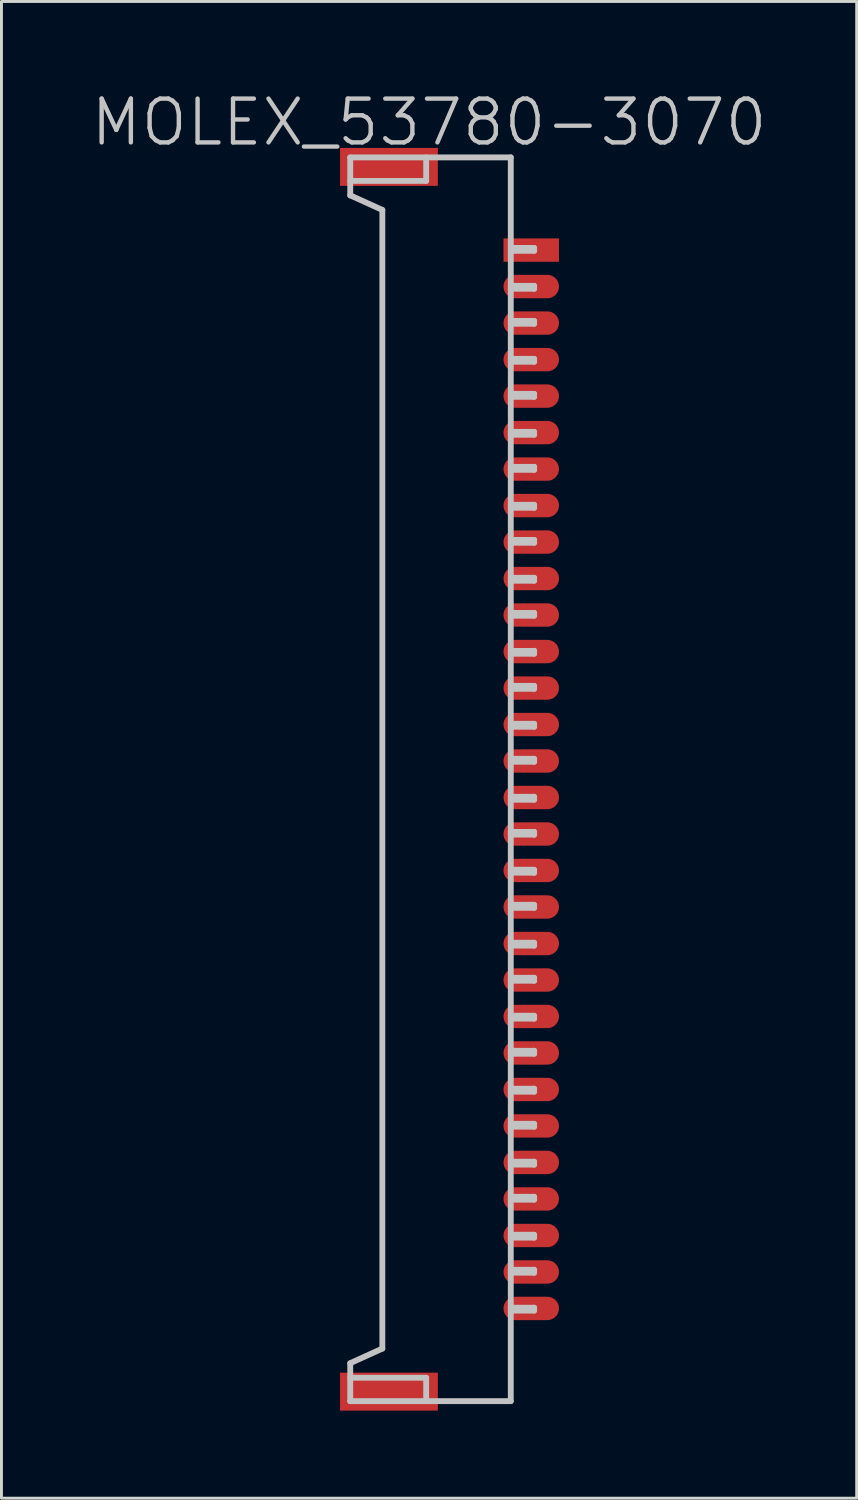
<source format=kicad_pcb>
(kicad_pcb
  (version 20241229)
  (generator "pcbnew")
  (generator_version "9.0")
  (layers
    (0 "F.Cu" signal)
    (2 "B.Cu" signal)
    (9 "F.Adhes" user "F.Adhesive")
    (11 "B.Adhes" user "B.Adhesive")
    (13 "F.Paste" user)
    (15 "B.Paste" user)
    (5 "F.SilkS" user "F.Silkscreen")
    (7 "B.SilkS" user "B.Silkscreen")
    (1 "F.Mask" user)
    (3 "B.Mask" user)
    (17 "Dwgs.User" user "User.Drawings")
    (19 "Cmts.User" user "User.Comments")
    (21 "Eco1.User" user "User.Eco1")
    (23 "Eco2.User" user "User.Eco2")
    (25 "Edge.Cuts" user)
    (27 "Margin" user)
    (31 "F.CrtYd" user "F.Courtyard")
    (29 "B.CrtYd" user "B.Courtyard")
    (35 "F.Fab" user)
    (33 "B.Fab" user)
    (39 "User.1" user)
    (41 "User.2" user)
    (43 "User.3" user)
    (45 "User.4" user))
  (footprint "MOLEX_53780-3070"
    (layer "F.Cu")
    (at 11.646 23.641)
    (property "Reference" "MOLEX_53780-3070" (at 0 -22.5 180) (layer "Dwgs.User") (effects (font (size 1.5 1.5) (thickness 0.15))))
    (attr smd)
    (fp_line (start -2.7 -20) (end -1.6 -19.5) (stroke (width 0.2) (type solid)) (layer "Dwgs.User"))
    (fp_line (start -2.7 -19.997) (end -2.7 -21.295) (stroke (width 0.2) (type solid)) (layer "Dwgs.User"))
    (fp_line (start -2.7 20.005) (end -2.7 21.303) (stroke (width 0.2) (type solid)) (layer "Dwgs.User"))
    (fp_line (start -1.6 -19.5) (end -1.6 19.5) (stroke (width 0.2) (type solid)) (layer "Dwgs.User"))
    (fp_line (start -1.6 19.5) (end -2.7 20) (stroke (width 0.2) (type solid)) (layer "Dwgs.User"))
    (fp_line (start -0.099 -21.298) (end -0.099 -20.498) (stroke (width 0.2) (type solid)) (layer "Dwgs.User"))
    (fp_line (start -0.099 -20.495) (end -2.7 -20.495) (stroke (width 0.2) (type solid)) (layer "Dwgs.User"))
    (fp_line (start -0.099 21.303) (end -0.099 20.503) (stroke (width 0.2) (type solid)) (layer "Dwgs.User"))
    (fp_line (start -0.097 20.498) (end -2.697 20.498) (stroke (width 0.2) (type solid)) (layer "Dwgs.User"))
    (fp_line (start 2.799 -21.3) (end -2.7 -21.3) (stroke (width 0.2) (type solid)) (layer "Dwgs.User"))
    (fp_line (start 2.799 -18.199) (end 3.599 -18.199) (stroke (width 0.2) (type solid)) (layer "Dwgs.User"))
    (fp_line (start 2.799 -16.901) (end 3.599 -16.901) (stroke (width 0.2) (type solid)) (layer "Dwgs.User"))
    (fp_line (start 2.799 -15.7) (end 3.599 -15.7) (stroke (width 0.2) (type solid)) (layer "Dwgs.User"))
    (fp_line (start 2.799 -14.399) (end 3.599 -14.399) (stroke (width 0.2) (type solid)) (layer "Dwgs.User"))
    (fp_line (start 2.799 -13.2) (end 3.599 -13.2) (stroke (width 0.2) (type solid)) (layer "Dwgs.User"))
    (fp_line (start 2.799 -11.801) (end 3.599 -11.801) (stroke (width 0.2) (type solid)) (layer "Dwgs.User"))
    (fp_line (start 2.799 -10.701) (end 3.599 -10.701) (stroke (width 0.2) (type solid)) (layer "Dwgs.User"))
    (fp_line (start 2.799 -9.299) (end 3.599 -9.299) (stroke (width 0.2) (type solid)) (layer "Dwgs.User"))
    (fp_line (start 2.799 -8.199) (end 3.599 -8.199) (stroke (width 0.2) (type solid)) (layer "Dwgs.User"))
    (fp_line (start 2.799 -6.8) (end 3.599 -6.8) (stroke (width 0.2) (type solid)) (layer "Dwgs.User"))
    (fp_line (start 2.799 -5.697) (end 3.599 -5.697) (stroke (width 0.2) (type solid)) (layer "Dwgs.User"))
    (fp_line (start 2.799 -4.397) (end 3.599 -4.397) (stroke (width 0.2) (type solid)) (layer "Dwgs.User"))
    (fp_line (start 2.799 -1.9) (end 3.599 -1.9) (stroke (width 0.2) (type solid)) (layer "Dwgs.User"))
    (fp_line (start 2.799 -0.701) (end 3.599 -0.701) (stroke (width 0.2) (type solid)) (layer "Dwgs.User"))
    (fp_line (start 2.799 0.701) (end 3.599 0.701) (stroke (width 0.2) (type solid)) (layer "Dwgs.User"))
    (fp_line (start 2.799 3.2) (end 3.599 3.2) (stroke (width 0.2) (type solid)) (layer "Dwgs.User"))
    (fp_line (start 2.799 4.402) (end 3.599 4.402) (stroke (width 0.2) (type solid)) (layer "Dwgs.User"))
    (fp_line (start 2.799 5.697) (end 3.599 5.697) (stroke (width 0.2) (type solid)) (layer "Dwgs.User"))
    (fp_line (start 2.799 6.8) (end 3.599 6.8) (stroke (width 0.2) (type solid)) (layer "Dwgs.User"))
    (fp_line (start 2.799 8.199) (end 3.599 8.199) (stroke (width 0.2) (type solid)) (layer "Dwgs.User"))
    (fp_line (start 2.799 9.299) (end 3.599 9.299) (stroke (width 0.2) (type solid)) (layer "Dwgs.User"))
    (fp_line (start 2.799 10.599) (end 3.599 10.599) (stroke (width 0.2) (type solid)) (layer "Dwgs.User"))
    (fp_line (start 2.799 11.801) (end 3.599 11.801) (stroke (width 0.2) (type solid)) (layer "Dwgs.User"))
    (fp_line (start 2.799 13.099) (end 3.599 13.099) (stroke (width 0.2) (type solid)) (layer "Dwgs.User"))
    (fp_line (start 2.799 14.399) (end 3.599 14.399) (stroke (width 0.2) (type solid)) (layer "Dwgs.User"))
    (fp_line (start 2.799 15.601) (end 3.599 15.601) (stroke (width 0.2) (type solid)) (layer "Dwgs.User"))
    (fp_line (start 2.799 16.8) (end 3.599 16.8) (stroke (width 0.2) (type solid)) (layer "Dwgs.User"))
    (fp_line (start 2.799 18.1) (end 3.599 18.1) (stroke (width 0.2) (type solid)) (layer "Dwgs.User"))
    (fp_line (start 2.799 21.3) (end -2.7 21.3) (stroke (width 0.2) (type solid)) (layer "Dwgs.User"))
    (fp_line (start 2.799 21.3) (end 2.799 -21.3) (stroke (width 0.2) (type solid)) (layer "Dwgs.User"))
    (fp_line (start 3.599 -18.199) (end 3.599 -18.1) (stroke (width 0.2) (type solid)) (layer "Dwgs.User"))
    (fp_line (start 3.599 -18.1) (end 2.799 -18.1) (stroke (width 0.2) (type solid)) (layer "Dwgs.User"))
    (fp_line (start 3.599 -16.901) (end 3.599 -16.8) (stroke (width 0.2) (type solid)) (layer "Dwgs.User"))
    (fp_line (start 3.599 -16.8) (end 2.799 -16.8) (stroke (width 0.2) (type solid)) (layer "Dwgs.User"))
    (fp_line (start 3.599 -15.7) (end 3.599 -15.601) (stroke (width 0.2) (type solid)) (layer "Dwgs.User"))
    (fp_line (start 3.599 -15.601) (end 2.799 -15.601) (stroke (width 0.2) (type solid)) (layer "Dwgs.User"))
    (fp_line (start 3.599 -14.399) (end 3.599 -14.3) (stroke (width 0.2) (type solid)) (layer "Dwgs.User"))
    (fp_line (start 3.599 -14.3) (end 2.799 -14.3) (stroke (width 0.2) (type solid)) (layer "Dwgs.User"))
    (fp_line (start 3.599 -13.2) (end 3.599 -13.099) (stroke (width 0.2) (type solid)) (layer "Dwgs.User"))
    (fp_line (start 3.599 -13.099) (end 2.799 -13.099) (stroke (width 0.2) (type solid)) (layer "Dwgs.User"))
    (fp_line (start 3.599 -11.9) (end 2.799 -11.9) (stroke (width 0.2) (type solid)) (layer "Dwgs.User"))
    (fp_line (start 3.599 -11.801) (end 3.599 -11.9) (stroke (width 0.2) (type solid)) (layer "Dwgs.User"))
    (fp_line (start 3.599 -10.701) (end 3.599 -10.599) (stroke (width 0.2) (type solid)) (layer "Dwgs.User"))
    (fp_line (start 3.599 -10.599) (end 2.799 -10.599) (stroke (width 0.2) (type solid)) (layer "Dwgs.User"))
    (fp_line (start 3.599 -9.401) (end 2.799 -9.401) (stroke (width 0.2) (type solid)) (layer "Dwgs.User"))
    (fp_line (start 3.599 -9.299) (end 3.599 -9.401) (stroke (width 0.2) (type solid)) (layer "Dwgs.User"))
    (fp_line (start 3.599 -8.199) (end 3.599 -8.1) (stroke (width 0.2) (type solid)) (layer "Dwgs.User"))
    (fp_line (start 3.599 -8.1) (end 2.799 -8.1) (stroke (width 0.2) (type solid)) (layer "Dwgs.User"))
    (fp_line (start 3.599 -6.901) (end 2.799 -6.901) (stroke (width 0.2) (type solid)) (layer "Dwgs.User"))
    (fp_line (start 3.599 -6.8) (end 3.599 -6.901) (stroke (width 0.2) (type solid)) (layer "Dwgs.User"))
    (fp_line (start 3.599 -5.702) (end 3.599 -5.601) (stroke (width 0.2) (type solid)) (layer "Dwgs.User"))
    (fp_line (start 3.599 -5.601) (end 2.799 -5.601) (stroke (width 0.2) (type solid)) (layer "Dwgs.User"))
    (fp_line (start 3.599 -4.402) (end 3.599 -4.3) (stroke (width 0.2) (type solid)) (layer "Dwgs.User"))
    (fp_line (start 3.599 -4.3) (end 2.799 -4.3) (stroke (width 0.2) (type solid)) (layer "Dwgs.User"))
    (fp_line (start 3.599 -3.2) (end 2.799 -3.2) (stroke (width 0.2) (type solid)) (layer "Dwgs.User"))
    (fp_line (start 3.599 -3.099) (end 2.799 -3.099) (stroke (width 0.2) (type solid)) (layer "Dwgs.User"))
    (fp_line (start 3.599 -3.096) (end 3.599 -3.198) (stroke (width 0.2) (type solid)) (layer "Dwgs.User"))
    (fp_line (start 3.599 -1.9) (end 3.599 -1.798) (stroke (width 0.2) (type solid)) (layer "Dwgs.User"))
    (fp_line (start 3.599 -1.798) (end 2.799 -1.798) (stroke (width 0.2) (type solid)) (layer "Dwgs.User"))
    (fp_line (start 3.599 -0.701) (end 3.599 -0.599) (stroke (width 0.2) (type solid)) (layer "Dwgs.User"))
    (fp_line (start 3.599 -0.599) (end 2.799 -0.599) (stroke (width 0.2) (type solid)) (layer "Dwgs.User"))
    (fp_line (start 3.599 0.599) (end 2.799 0.599) (stroke (width 0.2) (type solid)) (layer "Dwgs.User"))
    (fp_line (start 3.599 0.701) (end 3.599 0.599) (stroke (width 0.2) (type solid)) (layer "Dwgs.User"))
    (fp_line (start 3.599 1.803) (end 2.799 1.803) (stroke (width 0.2) (type solid)) (layer "Dwgs.User"))
    (fp_line (start 3.599 1.897) (end 2.799 1.897) (stroke (width 0.2) (type solid)) (layer "Dwgs.User"))
    (fp_line (start 3.599 1.9) (end 3.599 1.798) (stroke (width 0.2) (type solid)) (layer "Dwgs.User"))
    (fp_line (start 3.599 3.099) (end 2.799 3.099) (stroke (width 0.2) (type solid)) (layer "Dwgs.User"))
    (fp_line (start 3.599 3.104) (end 3.599 3.203) (stroke (width 0.2) (type solid)) (layer "Dwgs.User"))
    (fp_line (start 3.599 4.3) (end 2.799 4.3) (stroke (width 0.2) (type solid)) (layer "Dwgs.User"))
    (fp_line (start 3.599 4.404) (end 3.599 4.303) (stroke (width 0.2) (type solid)) (layer "Dwgs.User"))
    (fp_line (start 3.599 5.598) (end 2.799 5.598) (stroke (width 0.2) (type solid)) (layer "Dwgs.User"))
    (fp_line (start 3.599 5.601) (end 3.599 5.7) (stroke (width 0.2) (type solid)) (layer "Dwgs.User"))
    (fp_line (start 3.599 6.8) (end 3.599 6.901) (stroke (width 0.2) (type solid)) (layer "Dwgs.User"))
    (fp_line (start 3.599 6.901) (end 2.799 6.901) (stroke (width 0.2) (type solid)) (layer "Dwgs.User"))
    (fp_line (start 3.599 8.1) (end 2.799 8.1) (stroke (width 0.2) (type solid)) (layer "Dwgs.User"))
    (fp_line (start 3.599 8.199) (end 3.599 8.1) (stroke (width 0.2) (type solid)) (layer "Dwgs.User"))
    (fp_line (start 3.599 9.299) (end 3.599 9.401) (stroke (width 0.2) (type solid)) (layer "Dwgs.User"))
    (fp_line (start 3.599 9.401) (end 2.799 9.401) (stroke (width 0.2) (type solid)) (layer "Dwgs.User"))
    (fp_line (start 3.599 10.599) (end 3.599 10.701) (stroke (width 0.2) (type solid)) (layer "Dwgs.User"))
    (fp_line (start 3.599 10.701) (end 2.799 10.701) (stroke (width 0.2) (type solid)) (layer "Dwgs.User"))
    (fp_line (start 3.599 11.801) (end 3.599 11.9) (stroke (width 0.2) (type solid)) (layer "Dwgs.User"))
    (fp_line (start 3.599 11.9) (end 2.799 11.9) (stroke (width 0.2) (type solid)) (layer "Dwgs.User"))
    (fp_line (start 3.599 13.099) (end 3.599 13.2) (stroke (width 0.2) (type solid)) (layer "Dwgs.User"))
    (fp_line (start 3.599 13.2) (end 2.799 13.2) (stroke (width 0.2) (type solid)) (layer "Dwgs.User"))
    (fp_line (start 3.599 14.3) (end 2.799 14.3) (stroke (width 0.2) (type solid)) (layer "Dwgs.User"))
    (fp_line (start 3.599 14.399) (end 3.599 14.3) (stroke (width 0.2) (type solid)) (layer "Dwgs.User"))
    (fp_line (start 3.599 15.601) (end 3.599 15.7) (stroke (width 0.2) (type solid)) (layer "Dwgs.User"))
    (fp_line (start 3.599 15.7) (end 2.799 15.7) (stroke (width 0.2) (type solid)) (layer "Dwgs.User"))
    (fp_line (start 3.599 16.8) (end 3.599 16.901) (stroke (width 0.2) (type solid)) (layer "Dwgs.User"))
    (fp_line (start 3.599 16.901) (end 2.799 16.901) (stroke (width 0.2) (type solid)) (layer "Dwgs.User"))
    (fp_line (start 3.599 18.1) (end 3.599 18.199) (stroke (width 0.2) (type solid)) (layer "Dwgs.User"))
    (fp_line (start 3.599 18.199) (end 2.799 18.199) (stroke (width 0.2) (type solid)) (layer "Dwgs.User"))
    (pad "" smd rect (at -1.374 -20.975 270) (size 1.3 3.35) (layers "F.Cu" "F.Mask" "F.Paste"))
    (pad "" smd rect (at -1.374 20.975 270) (size 1.3 3.35) (layers "F.Cu" "F.Mask" "F.Paste"))
    (pad "1" smd rect (at 3.5 -18.125 270) (size 0.8 1.9) (layers "F.Cu" "F.Mask" "F.Paste"))
    (pad "2" smd oval (at 3.5 -16.876 270) (size 0.8 1.9) (layers "F.Cu" "F.Mask" "F.Paste"))
    (pad "3" smd oval (at 3.5 -15.626 270) (size 0.8 1.9) (layers "F.Cu" "F.Mask" "F.Paste"))
    (pad "4" smd oval (at 3.5 -14.374 270) (size 0.8 1.9) (layers "F.Cu" "F.Mask" "F.Paste"))
    (pad "5" smd oval (at 3.5 -13.124 270) (size 0.8 1.9) (layers "F.Cu" "F.Mask" "F.Paste"))
    (pad "6" smd oval (at 3.5 -11.874 270) (size 0.8 1.9) (layers "F.Cu" "F.Mask" "F.Paste"))
    (pad "7" smd oval (at 3.5 -10.625 270) (size 0.8 1.9) (layers "F.Cu" "F.Mask" "F.Paste"))
    (pad "8" smd oval (at 3.5 -9.375 270) (size 0.8 1.9) (layers "F.Cu" "F.Mask" "F.Paste"))
    (pad "9" smd oval (at 3.5 -8.125 270) (size 0.8 1.9) (layers "F.Cu" "F.Mask" "F.Paste"))
    (pad "10" smd oval (at 3.5 -6.876 270) (size 0.8 1.9) (layers "F.Cu" "F.Mask" "F.Paste"))
    (pad "11" smd oval (at 3.5 -5.626 270) (size 0.8 1.9) (layers "F.Cu" "F.Mask" "F.Paste"))
    (pad "12" smd oval (at 3.5 -4.374 270) (size 0.8 1.9) (layers "F.Cu" "F.Mask" "F.Paste"))
    (pad "13" smd oval (at 3.5 -3.124 270) (size 0.8 1.9) (layers "F.Cu" "F.Mask" "F.Paste"))
    (pad "14" smd oval (at 3.5 -1.875 270) (size 0.8 1.9) (layers "F.Cu" "F.Mask" "F.Paste"))
    (pad "15" smd oval (at 3.5 -0.625 270) (size 0.8 1.9) (layers "F.Cu" "F.Mask" "F.Paste"))
    (pad "16" smd oval (at 3.5 0.625 270) (size 0.8 1.9) (layers "F.Cu" "F.Mask" "F.Paste"))
    (pad "17" smd oval (at 3.5 1.875 270) (size 0.8 1.9) (layers "F.Cu" "F.Mask" "F.Paste"))
    (pad "18" smd oval (at 3.5 3.124 270) (size 0.8 1.9) (layers "F.Cu" "F.Mask" "F.Paste"))
    (pad "19" smd oval (at 3.5 4.374 270) (size 0.8 1.9) (layers "F.Cu" "F.Mask" "F.Paste"))
    (pad "20" smd oval (at 3.5 5.626 270) (size 0.8 1.9) (layers "F.Cu" "F.Mask" "F.Paste"))
    (pad "21" smd oval (at 3.5 6.876 270) (size 0.8 1.9) (layers "F.Cu" "F.Mask" "F.Paste"))
    (pad "22" smd oval (at 3.5 8.125 270) (size 0.8 1.9) (layers "F.Cu" "F.Mask" "F.Paste"))
    (pad "23" smd oval (at 3.5 9.375 270) (size 0.8 1.9) (layers "F.Cu" "F.Mask" "F.Paste"))
    (pad "24" smd oval (at 3.5 10.625 270) (size 0.8 1.9) (layers "F.Cu" "F.Mask" "F.Paste"))
    (pad "25" smd oval (at 3.5 11.874 270) (size 0.8 1.9) (layers "F.Cu" "F.Mask" "F.Paste"))
    (pad "26" smd oval (at 3.5 13.124 270) (size 0.8 1.9) (layers "F.Cu" "F.Mask" "F.Paste"))
    (pad "27" smd oval (at 3.5 14.374 270) (size 0.8 1.9) (layers "F.Cu" "F.Mask" "F.Paste"))
    (pad "28" smd oval (at 3.5 15.626 270) (size 0.8 1.9) (layers "F.Cu" "F.Mask" "F.Paste"))
    (pad "29" smd oval (at 3.5 16.876 270) (size 0.8 1.9) (layers "F.Cu" "F.Mask" "F.Paste"))
    (pad "30" smd oval (at 3.5 18.125 270) (size 0.8 1.9) (layers "F.Cu" "F.Mask" "F.Paste")))
  (gr_rect
    (start -3 -3)
    (end 26.293 48.266)
    (stroke (width 0.1) (type default))
    (fill no)
    (layer "Edge.Cuts")))
</source>
